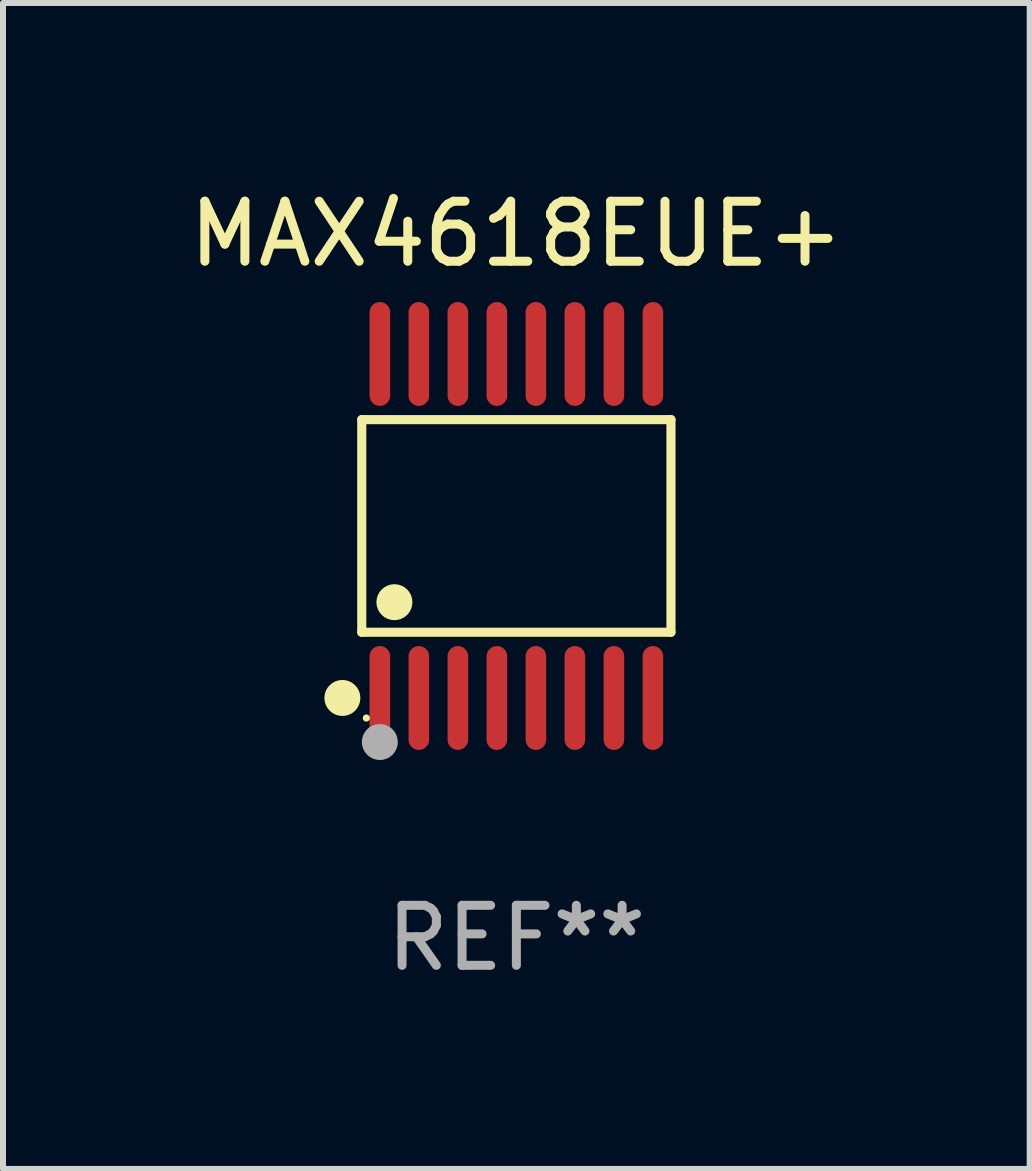
<source format=kicad_pcb>
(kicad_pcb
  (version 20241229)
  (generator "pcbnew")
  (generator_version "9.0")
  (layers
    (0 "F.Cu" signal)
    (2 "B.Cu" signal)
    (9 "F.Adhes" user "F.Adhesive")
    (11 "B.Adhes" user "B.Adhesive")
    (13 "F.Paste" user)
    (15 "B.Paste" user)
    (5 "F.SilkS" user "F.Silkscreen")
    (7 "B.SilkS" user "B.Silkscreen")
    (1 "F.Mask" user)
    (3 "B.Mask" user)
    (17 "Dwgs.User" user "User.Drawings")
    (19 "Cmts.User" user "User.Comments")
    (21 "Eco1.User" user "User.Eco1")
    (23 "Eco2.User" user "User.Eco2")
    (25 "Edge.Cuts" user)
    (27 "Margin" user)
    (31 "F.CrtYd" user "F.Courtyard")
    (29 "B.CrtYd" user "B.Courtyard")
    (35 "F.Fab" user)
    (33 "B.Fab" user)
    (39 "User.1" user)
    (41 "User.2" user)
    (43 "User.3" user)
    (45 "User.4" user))
  (footprint "MAX4618EUE+"
    (layer "F.Cu")
    (at 5.554 5.714)
    (property "Reference" "MAX4618EUE+" (at 0 -4.866 0) (layer "F.SilkS") (effects (font (size 1 1) (thickness 0.15))))
    (attr through_hole)
    (fp_line (start -2.576 -1.772) (end 2.576 -1.772) (stroke (width 0.152) (type solid)) (layer "F.SilkS"))
    (fp_line (start -2.576 1.771) (end -2.576 -1.772) (stroke (width 0.152) (type solid)) (layer "F.SilkS"))
    (fp_line (start 2.576 -1.772) (end 2.576 1.771) (stroke (width 0.152) (type solid)) (layer "F.SilkS"))
    (fp_line (start 2.576 1.771) (end -2.576 1.771) (stroke (width 0.152) (type solid)) (layer "F.SilkS"))
    (fp_circle (center -2.899 2.866) (end -2.749 2.866) (stroke (width 0.3) (type solid)) (fill no) (layer "F.SilkS"))
    (fp_circle (center -2.5 3.2) (end -2.47 3.2) (stroke (width 0.06) (type solid)) (fill no) (layer "F.SilkS"))
    (fp_circle (center -2.032 1.27) (end -1.882 1.27) (stroke (width 0.3) (type solid)) (fill no) (layer "F.SilkS"))
    (fp_circle (center -2.275 3.6) (end -2.125 3.6) (stroke (width 0.3) (type solid)) (fill no) (layer "F.Fab"))
    (fp_text user "REF**" (at 0 6.866 0) (layer "F.Fab") (effects (font (size 1 1) (thickness 0.15))))
    (pad "1" smd oval (at -2.275 2.866) (size 0.343 1.731) (layers "F.Cu" "F.Mask" "F.Paste"))
    (pad "2" smd oval (at -1.625 2.866) (size 0.343 1.731) (layers "F.Cu" "F.Mask" "F.Paste"))
    (pad "3" smd oval (at -0.975 2.866) (size 0.343 1.731) (layers "F.Cu" "F.Mask" "F.Paste"))
    (pad "4" smd oval (at -0.325 2.866) (size 0.343 1.731) (layers "F.Cu" "F.Mask" "F.Paste"))
    (pad "5" smd oval (at 0.325 2.866) (size 0.343 1.731) (layers "F.Cu" "F.Mask" "F.Paste"))
    (pad "6" smd oval (at 0.975 2.866) (size 0.343 1.731) (layers "F.Cu" "F.Mask" "F.Paste"))
    (pad "7" smd oval (at 1.625 2.866) (size 0.343 1.731) (layers "F.Cu" "F.Mask" "F.Paste"))
    (pad "8" smd oval (at 2.275 2.866) (size 0.343 1.731) (layers "F.Cu" "F.Mask" "F.Paste"))
    (pad "9" smd oval (at 2.275 -2.866) (size 0.343 1.731) (layers "F.Cu" "F.Mask" "F.Paste"))
    (pad "10" smd oval (at 1.625 -2.866) (size 0.343 1.731) (layers "F.Cu" "F.Mask" "F.Paste"))
    (pad "11" smd oval (at 0.975 -2.866) (size 0.343 1.731) (layers "F.Cu" "F.Mask" "F.Paste"))
    (pad "12" smd oval (at 0.325 -2.866) (size 0.343 1.731) (layers "F.Cu" "F.Mask" "F.Paste"))
    (pad "13" smd oval (at -0.325 -2.866) (size 0.343 1.731) (layers "F.Cu" "F.Mask" "F.Paste"))
    (pad "14" smd oval (at -0.975 -2.866) (size 0.343 1.731) (layers "F.Cu" "F.Mask" "F.Paste"))
    (pad "15" smd oval (at -1.625 -2.866) (size 0.343 1.731) (layers "F.Cu" "F.Mask" "F.Paste"))
    (pad "16" smd oval (at -2.275 -2.866) (size 0.343 1.731) (layers "F.Cu" "F.Mask" "F.Paste")))
  (gr_rect
    (start -3 -3)
    (end 14.107 16.428)
    (stroke (width 0.1) (type default))
    (fill no)
    (layer "Edge.Cuts")))
</source>
